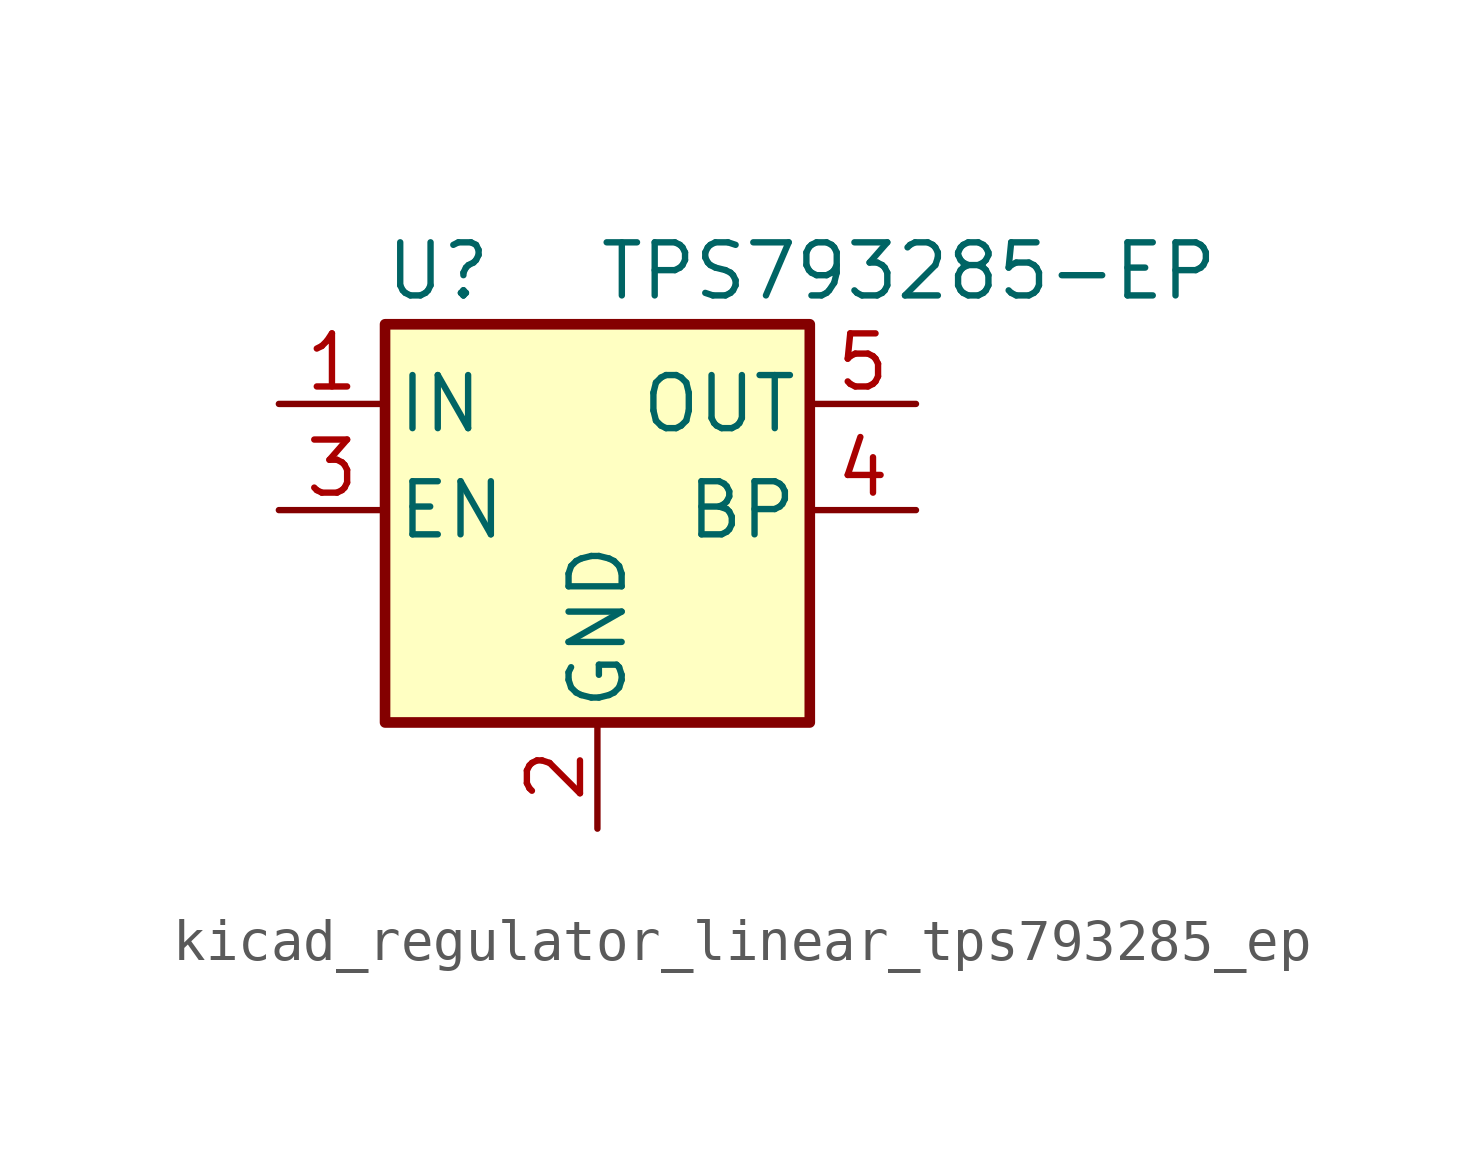
<source format=kicad_sym>
(kicad_symbol_lib
  (version 20220914)
  (generator kicad_symbol_editor)
  (symbol "kicad_regulator_linear_tps793285_ep"
    (pin_names
      (offset 0.254))
    (property "Reference" "U"
      (at -3.81 5.715 0)
      (effects (font (size 1.27 1.27))))
    (property "Value" "TPS793285-EP"
      (at 0 5.715 0)
      (effects (font (size 1.27 1.27)) (justify left)))
    (symbol "kicad_regulator_linear_tps793285_ep_1_1"
      (rectangle (start 5.08 -5.08) (end -5.08 4.445) (stroke (width 0.254) (type default)) (fill (type background)))
      (pin power_in line (at -7.62 2.54 0) (length 2.54) (name "IN" (effects (font (size 1.27 1.27)))) (number "1" (effects (font (size 1.27 1.27)))))
      (pin power_in line (at 0 -7.62 90) (length 2.54) (name "GND" (effects (font (size 1.27 1.27)))) (number "2" (effects (font (size 1.27 1.27)))))
      (pin input line (at -7.62 0 0) (length 2.54) (name "EN" (effects (font (size 1.27 1.27)))) (number "3" (effects (font (size 1.27 1.27)))))
      (pin bidirectional line (at 7.62 0 180) (length 2.54) (name "BP" (effects (font (size 1.27 1.27)))) (number "4" (effects (font (size 1.27 1.27)))))
      (pin power_out line (at 7.62 2.54 180) (length 2.54) (name "OUT" (effects (font (size 1.27 1.27)))) (number "5" (effects (font (size 1.27 1.27))))))))
</source>
